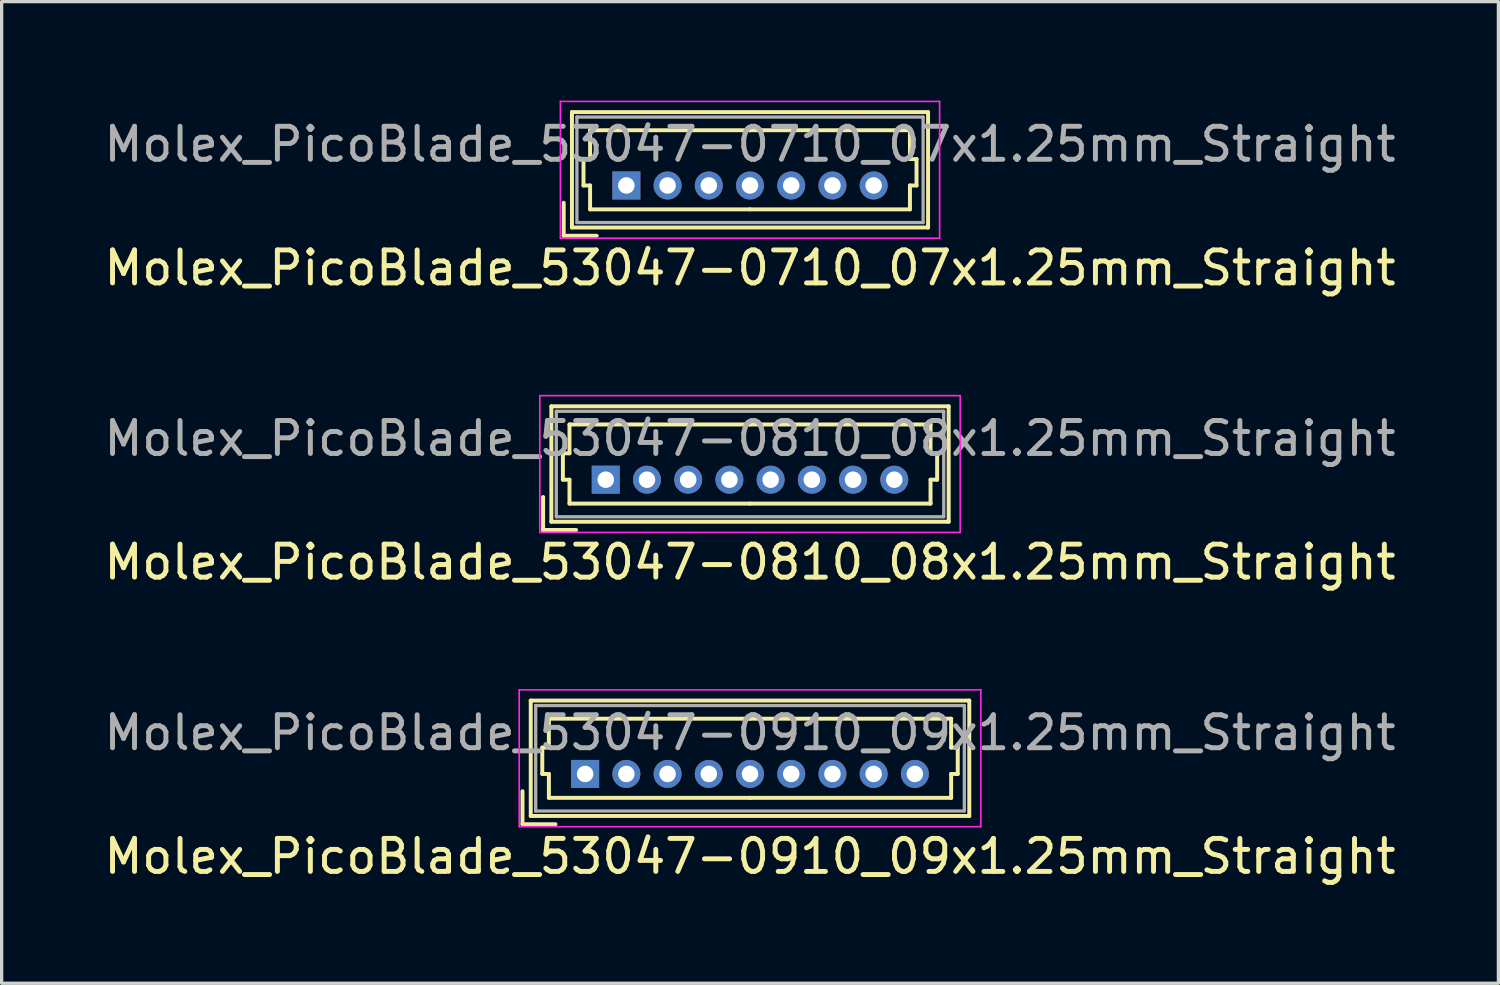
<source format=kicad_pcb>
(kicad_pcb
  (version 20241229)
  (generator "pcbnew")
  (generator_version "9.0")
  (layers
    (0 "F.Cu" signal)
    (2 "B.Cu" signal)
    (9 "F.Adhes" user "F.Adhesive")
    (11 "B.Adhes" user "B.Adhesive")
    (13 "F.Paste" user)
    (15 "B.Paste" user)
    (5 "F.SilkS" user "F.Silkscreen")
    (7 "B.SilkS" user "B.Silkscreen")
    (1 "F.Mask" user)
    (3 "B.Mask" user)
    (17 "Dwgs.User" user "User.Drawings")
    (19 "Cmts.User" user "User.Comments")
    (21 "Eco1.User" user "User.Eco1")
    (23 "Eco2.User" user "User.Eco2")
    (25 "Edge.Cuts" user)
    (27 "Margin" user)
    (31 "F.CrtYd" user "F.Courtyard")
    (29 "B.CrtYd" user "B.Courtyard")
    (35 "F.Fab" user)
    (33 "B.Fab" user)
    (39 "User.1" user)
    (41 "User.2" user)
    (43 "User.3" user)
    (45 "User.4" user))
  (footprint "Molex_PicoBlade_53047-0910_09x1.25mm_Straight"
    (layer "F.Cu")
    (at 14.696 20.422)
    (property "Reference" "Molex_PicoBlade_53047-0910_09x1.25mm_Straight" (at 5 2.5 0) (layer "F.SilkS") (effects (font (size 1 1) (thickness 0.15))))
    (attr through_hole)
    (fp_line (start -1.9 1.525) (end -1.9 0.525) (stroke (width 0.12) (type solid)) (layer "F.SilkS"))
    (fp_line (start -1.9 1.525) (end -0.9 1.525) (stroke (width 0.12) (type solid)) (layer "F.SilkS"))
    (fp_line (start -1.65 -2.225) (end -1.65 1.275) (stroke (width 0.12) (type solid)) (layer "F.SilkS"))
    (fp_line (start -1.65 1.275) (end 11.65 1.275) (stroke (width 0.12) (type solid)) (layer "F.SilkS"))
    (fp_line (start -1.3 -0.8) (end -1.1 -0.8) (stroke (width 0.12) (type solid)) (layer "F.SilkS"))
    (fp_line (start -1.3 0) (end -1.3 -0.8) (stroke (width 0.12) (type solid)) (layer "F.SilkS"))
    (fp_line (start -1.1 -1.675) (end 5 -1.675) (stroke (width 0.12) (type solid)) (layer "F.SilkS"))
    (fp_line (start -1.1 -0.8) (end -1.1 -1.675) (stroke (width 0.12) (type solid)) (layer "F.SilkS"))
    (fp_line (start -1.1 0) (end -1.3 0) (stroke (width 0.12) (type solid)) (layer "F.SilkS"))
    (fp_line (start -1.1 0.725) (end -1.1 0) (stroke (width 0.12) (type solid)) (layer "F.SilkS"))
    (fp_line (start 5 0.725) (end -1.1 0.725) (stroke (width 0.12) (type solid)) (layer "F.SilkS"))
    (fp_line (start 5 0.725) (end 11.1 0.725) (stroke (width 0.12) (type solid)) (layer "F.SilkS"))
    (fp_line (start 11.1 -1.675) (end 5 -1.675) (stroke (width 0.12) (type solid)) (layer "F.SilkS"))
    (fp_line (start 11.1 -0.8) (end 11.1 -1.675) (stroke (width 0.12) (type solid)) (layer "F.SilkS"))
    (fp_line (start 11.1 0) (end 11.3 0) (stroke (width 0.12) (type solid)) (layer "F.SilkS"))
    (fp_line (start 11.1 0.725) (end 11.1 0) (stroke (width 0.12) (type solid)) (layer "F.SilkS"))
    (fp_line (start 11.3 -0.8) (end 11.1 -0.8) (stroke (width 0.12) (type solid)) (layer "F.SilkS"))
    (fp_line (start 11.3 0) (end 11.3 -0.8) (stroke (width 0.12) (type solid)) (layer "F.SilkS"))
    (fp_line (start 11.65 -2.225) (end -1.65 -2.225) (stroke (width 0.12) (type solid)) (layer "F.SilkS"))
    (fp_line (start 11.65 1.275) (end 11.65 -2.225) (stroke (width 0.12) (type solid)) (layer "F.SilkS"))
    (fp_line (start -2 -2.55) (end -2 1.6) (stroke (width 0.05) (type solid)) (layer "F.CrtYd"))
    (fp_line (start -2 1.6) (end 12 1.6) (stroke (width 0.05) (type solid)) (layer "F.CrtYd"))
    (fp_line (start 12 -2.55) (end -2 -2.55) (stroke (width 0.05) (type solid)) (layer "F.CrtYd"))
    (fp_line (start 12 1.6) (end 12 -2.55) (stroke (width 0.05) (type solid)) (layer "F.CrtYd"))
    (fp_line (start -1.5 -2.075) (end -1.5 1.125) (stroke (width 0.1) (type solid)) (layer "F.Fab"))
    (fp_line (start -1.5 1.125) (end 11.5 1.125) (stroke (width 0.1) (type solid)) (layer "F.Fab"))
    (fp_line (start 11.5 -2.075) (end -1.5 -2.075) (stroke (width 0.1) (type solid)) (layer "F.Fab"))
    (fp_line (start 11.5 1.125) (end 11.5 -2.075) (stroke (width 0.1) (type solid)) (layer "F.Fab"))
    (fp_text user "${REFERENCE}" (at 5 -1.25 0) (layer "F.Fab") (effects (font (size 1 1) (thickness 0.15))))
    (pad "1" thru_hole rect (at 0 0) (size 0.85 0.85) (drill 0.5) (layers "*.Cu" "*.Mask"))
    (pad "2" thru_hole circle (at 1.25 0) (size 0.85 0.85) (drill 0.5) (layers "*.Cu" "*.Mask"))
    (pad "3" thru_hole circle (at 2.5 0) (size 0.85 0.85) (drill 0.5) (layers "*.Cu" "*.Mask"))
    (pad "4" thru_hole circle (at 3.75 0) (size 0.85 0.85) (drill 0.5) (layers "*.Cu" "*.Mask"))
    (pad "5" thru_hole circle (at 5 0) (size 0.85 0.85) (drill 0.5) (layers "*.Cu" "*.Mask"))
    (pad "6" thru_hole circle (at 6.25 0) (size 0.85 0.85) (drill 0.5) (layers "*.Cu" "*.Mask"))
    (pad "7" thru_hole circle (at 7.5 0) (size 0.85 0.85) (drill 0.5) (layers "*.Cu" "*.Mask"))
    (pad "8" thru_hole circle (at 8.75 0) (size 0.85 0.85) (drill 0.5) (layers "*.Cu" "*.Mask"))
    (pad "9" thru_hole circle (at 10 0) (size 0.85 0.85) (drill 0.5) (layers "*.Cu" "*.Mask")))
  (footprint "Molex_PicoBlade_53047-0710_07x1.25mm_Straight"
    (layer "F.Cu")
    (at 15.946 2.575)
    (property "Reference" "Molex_PicoBlade_53047-0710_07x1.25mm_Straight" (at 3.75 2.5 0) (layer "F.SilkS") (effects (font (size 1 1) (thickness 0.15))))
    (attr through_hole)
    (fp_line (start -1.9 1.525) (end -1.9 0.525) (stroke (width 0.12) (type solid)) (layer "F.SilkS"))
    (fp_line (start -1.9 1.525) (end -0.9 1.525) (stroke (width 0.12) (type solid)) (layer "F.SilkS"))
    (fp_line (start -1.65 -2.225) (end -1.65 1.275) (stroke (width 0.12) (type solid)) (layer "F.SilkS"))
    (fp_line (start -1.65 1.275) (end 9.15 1.275) (stroke (width 0.12) (type solid)) (layer "F.SilkS"))
    (fp_line (start -1.3 -0.8) (end -1.1 -0.8) (stroke (width 0.12) (type solid)) (layer "F.SilkS"))
    (fp_line (start -1.3 0) (end -1.3 -0.8) (stroke (width 0.12) (type solid)) (layer "F.SilkS"))
    (fp_line (start -1.1 -1.675) (end 3.75 -1.675) (stroke (width 0.12) (type solid)) (layer "F.SilkS"))
    (fp_line (start -1.1 -0.8) (end -1.1 -1.675) (stroke (width 0.12) (type solid)) (layer "F.SilkS"))
    (fp_line (start -1.1 0) (end -1.3 0) (stroke (width 0.12) (type solid)) (layer "F.SilkS"))
    (fp_line (start -1.1 0.725) (end -1.1 0) (stroke (width 0.12) (type solid)) (layer "F.SilkS"))
    (fp_line (start 3.75 0.725) (end -1.1 0.725) (stroke (width 0.12) (type solid)) (layer "F.SilkS"))
    (fp_line (start 3.75 0.725) (end 8.6 0.725) (stroke (width 0.12) (type solid)) (layer "F.SilkS"))
    (fp_line (start 8.6 -1.675) (end 3.75 -1.675) (stroke (width 0.12) (type solid)) (layer "F.SilkS"))
    (fp_line (start 8.6 -0.8) (end 8.6 -1.675) (stroke (width 0.12) (type solid)) (layer "F.SilkS"))
    (fp_line (start 8.6 0) (end 8.8 0) (stroke (width 0.12) (type solid)) (layer "F.SilkS"))
    (fp_line (start 8.6 0.725) (end 8.6 0) (stroke (width 0.12) (type solid)) (layer "F.SilkS"))
    (fp_line (start 8.8 -0.8) (end 8.6 -0.8) (stroke (width 0.12) (type solid)) (layer "F.SilkS"))
    (fp_line (start 8.8 0) (end 8.8 -0.8) (stroke (width 0.12) (type solid)) (layer "F.SilkS"))
    (fp_line (start 9.15 -2.225) (end -1.65 -2.225) (stroke (width 0.12) (type solid)) (layer "F.SilkS"))
    (fp_line (start 9.15 1.275) (end 9.15 -2.225) (stroke (width 0.12) (type solid)) (layer "F.SilkS"))
    (fp_line (start -2 -2.55) (end -2 1.6) (stroke (width 0.05) (type solid)) (layer "F.CrtYd"))
    (fp_line (start -2 1.6) (end 9.5 1.6) (stroke (width 0.05) (type solid)) (layer "F.CrtYd"))
    (fp_line (start 9.5 -2.55) (end -2 -2.55) (stroke (width 0.05) (type solid)) (layer "F.CrtYd"))
    (fp_line (start 9.5 1.6) (end 9.5 -2.55) (stroke (width 0.05) (type solid)) (layer "F.CrtYd"))
    (fp_line (start -1.5 -2.075) (end -1.5 1.125) (stroke (width 0.1) (type solid)) (layer "F.Fab"))
    (fp_line (start -1.5 1.125) (end 9 1.125) (stroke (width 0.1) (type solid)) (layer "F.Fab"))
    (fp_line (start 9 -2.075) (end -1.5 -2.075) (stroke (width 0.1) (type solid)) (layer "F.Fab"))
    (fp_line (start 9 1.125) (end 9 -2.075) (stroke (width 0.1) (type solid)) (layer "F.Fab"))
    (fp_text user "${REFERENCE}" (at 3.75 -1.25 0) (layer "F.Fab") (effects (font (size 1 1) (thickness 0.15))))
    (pad "1" thru_hole rect (at 0 0) (size 0.85 0.85) (drill 0.5) (layers "*.Cu" "*.Mask"))
    (pad "2" thru_hole circle (at 1.25 0) (size 0.85 0.85) (drill 0.5) (layers "*.Cu" "*.Mask"))
    (pad "3" thru_hole circle (at 2.5 0) (size 0.85 0.85) (drill 0.5) (layers "*.Cu" "*.Mask"))
    (pad "4" thru_hole circle (at 3.75 0) (size 0.85 0.85) (drill 0.5) (layers "*.Cu" "*.Mask"))
    (pad "5" thru_hole circle (at 5 0) (size 0.85 0.85) (drill 0.5) (layers "*.Cu" "*.Mask"))
    (pad "6" thru_hole circle (at 6.25 0) (size 0.85 0.85) (drill 0.5) (layers "*.Cu" "*.Mask"))
    (pad "7" thru_hole circle (at 7.5 0) (size 0.85 0.85) (drill 0.5) (layers "*.Cu" "*.Mask")))
  (footprint "Molex_PicoBlade_53047-0810_08x1.25mm_Straight"
    (layer "F.Cu")
    (at 15.321 11.498)
    (property "Reference" "Molex_PicoBlade_53047-0810_08x1.25mm_Straight" (at 4.375 2.5 0) (layer "F.SilkS") (effects (font (size 1 1) (thickness 0.15))))
    (attr through_hole)
    (fp_line (start -1.9 1.525) (end -1.9 0.525) (stroke (width 0.12) (type solid)) (layer "F.SilkS"))
    (fp_line (start -1.9 1.525) (end -0.9 1.525) (stroke (width 0.12) (type solid)) (layer "F.SilkS"))
    (fp_line (start -1.65 -2.225) (end -1.65 1.275) (stroke (width 0.12) (type solid)) (layer "F.SilkS"))
    (fp_line (start -1.65 1.275) (end 10.4 1.275) (stroke (width 0.12) (type solid)) (layer "F.SilkS"))
    (fp_line (start -1.3 -0.8) (end -1.1 -0.8) (stroke (width 0.12) (type solid)) (layer "F.SilkS"))
    (fp_line (start -1.3 0) (end -1.3 -0.8) (stroke (width 0.12) (type solid)) (layer "F.SilkS"))
    (fp_line (start -1.1 -1.675) (end 4.375 -1.675) (stroke (width 0.12) (type solid)) (layer "F.SilkS"))
    (fp_line (start -1.1 -0.8) (end -1.1 -1.675) (stroke (width 0.12) (type solid)) (layer "F.SilkS"))
    (fp_line (start -1.1 0) (end -1.3 0) (stroke (width 0.12) (type solid)) (layer "F.SilkS"))
    (fp_line (start -1.1 0.725) (end -1.1 0) (stroke (width 0.12) (type solid)) (layer "F.SilkS"))
    (fp_line (start 4.375 0.725) (end -1.1 0.725) (stroke (width 0.12) (type solid)) (layer "F.SilkS"))
    (fp_line (start 4.375 0.725) (end 9.85 0.725) (stroke (width 0.12) (type solid)) (layer "F.SilkS"))
    (fp_line (start 9.85 -1.675) (end 4.375 -1.675) (stroke (width 0.12) (type solid)) (layer "F.SilkS"))
    (fp_line (start 9.85 -0.8) (end 9.85 -1.675) (stroke (width 0.12) (type solid)) (layer "F.SilkS"))
    (fp_line (start 9.85 0) (end 10.05 0) (stroke (width 0.12) (type solid)) (layer "F.SilkS"))
    (fp_line (start 9.85 0.725) (end 9.85 0) (stroke (width 0.12) (type solid)) (layer "F.SilkS"))
    (fp_line (start 10.05 -0.8) (end 9.85 -0.8) (stroke (width 0.12) (type solid)) (layer "F.SilkS"))
    (fp_line (start 10.05 0) (end 10.05 -0.8) (stroke (width 0.12) (type solid)) (layer "F.SilkS"))
    (fp_line (start 10.4 -2.225) (end -1.65 -2.225) (stroke (width 0.12) (type solid)) (layer "F.SilkS"))
    (fp_line (start 10.4 1.275) (end 10.4 -2.225) (stroke (width 0.12) (type solid)) (layer "F.SilkS"))
    (fp_line (start -2 -2.55) (end -2 1.6) (stroke (width 0.05) (type solid)) (layer "F.CrtYd"))
    (fp_line (start -2 1.6) (end 10.75 1.6) (stroke (width 0.05) (type solid)) (layer "F.CrtYd"))
    (fp_line (start 10.75 -2.55) (end -2 -2.55) (stroke (width 0.05) (type solid)) (layer "F.CrtYd"))
    (fp_line (start 10.75 1.6) (end 10.75 -2.55) (stroke (width 0.05) (type solid)) (layer "F.CrtYd"))
    (fp_line (start -1.5 -2.075) (end -1.5 1.125) (stroke (width 0.1) (type solid)) (layer "F.Fab"))
    (fp_line (start -1.5 1.125) (end 10.25 1.125) (stroke (width 0.1) (type solid)) (layer "F.Fab"))
    (fp_line (start 10.25 -2.075) (end -1.5 -2.075) (stroke (width 0.1) (type solid)) (layer "F.Fab"))
    (fp_line (start 10.25 1.125) (end 10.25 -2.075) (stroke (width 0.1) (type solid)) (layer "F.Fab"))
    (fp_text user "${REFERENCE}" (at 4.375 -1.25 0) (layer "F.Fab") (effects (font (size 1 1) (thickness 0.15))))
    (pad "1" thru_hole rect (at 0 0) (size 0.85 0.85) (drill 0.5) (layers "*.Cu" "*.Mask"))
    (pad "2" thru_hole circle (at 1.25 0) (size 0.85 0.85) (drill 0.5) (layers "*.Cu" "*.Mask"))
    (pad "3" thru_hole circle (at 2.5 0) (size 0.85 0.85) (drill 0.5) (layers "*.Cu" "*.Mask"))
    (pad "4" thru_hole circle (at 3.75 0) (size 0.85 0.85) (drill 0.5) (layers "*.Cu" "*.Mask"))
    (pad "5" thru_hole circle (at 5 0) (size 0.85 0.85) (drill 0.5) (layers "*.Cu" "*.Mask"))
    (pad "6" thru_hole circle (at 6.25 0) (size 0.85 0.85) (drill 0.5) (layers "*.Cu" "*.Mask"))
    (pad "7" thru_hole circle (at 7.5 0) (size 0.85 0.85) (drill 0.5) (layers "*.Cu" "*.Mask"))
    (pad "8" thru_hole circle (at 8.75 0) (size 0.85 0.85) (drill 0.5) (layers "*.Cu" "*.Mask")))
  (gr_rect
    (start -3 -3)
    (end 42.393 26.77)
    (stroke (width 0.1) (type default))
    (fill no)
    (layer "Edge.Cuts")))
</source>
